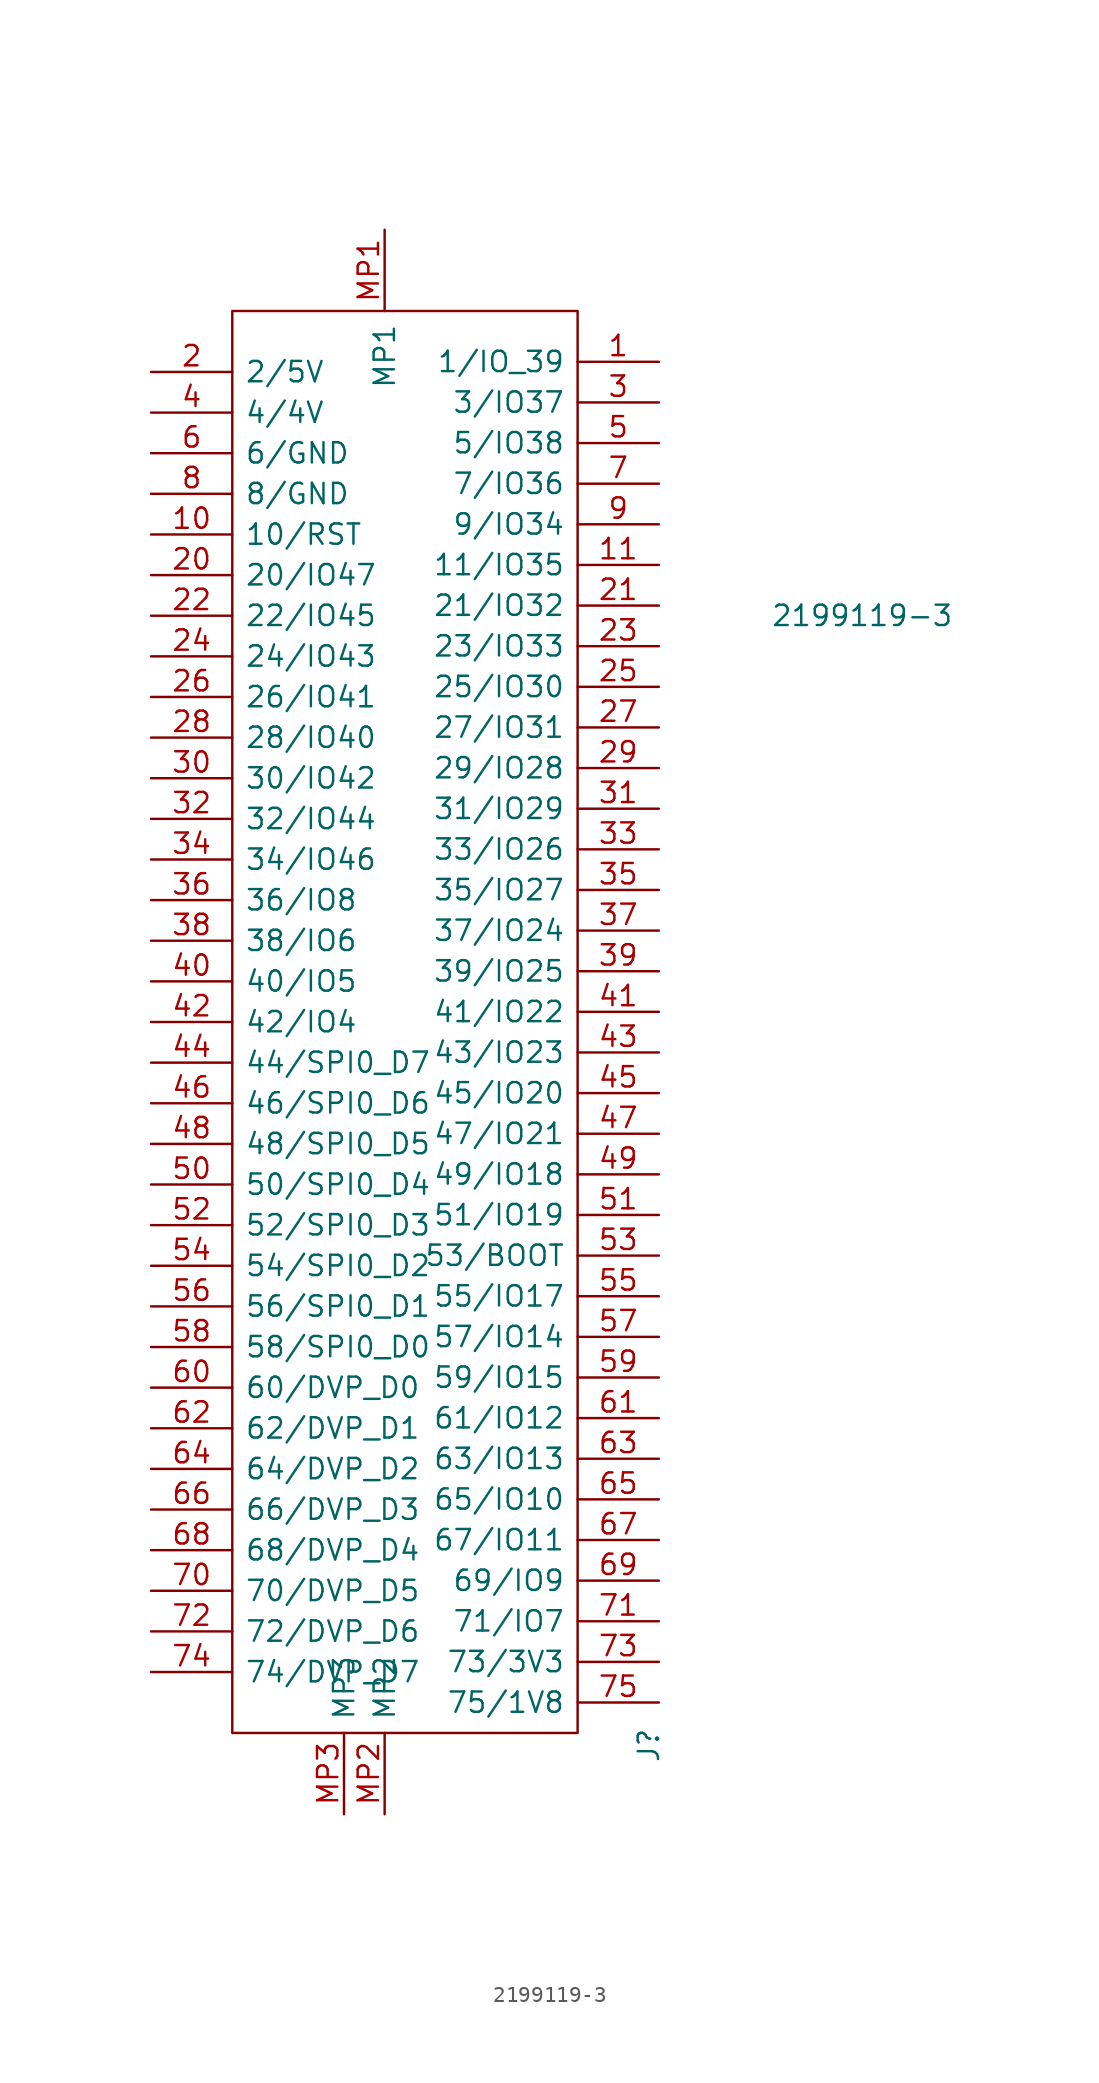
<source format=kicad_sym>
(kicad_symbol_lib
  (version 20211014)
  (generator kicad_symbol_editor)
  (symbol "2199119-3"
    (pin_names
      (offset 0.762))
    (property "Reference" "J"
      (at 65.405 -45.085 90)
      (effects (font (size 1.27 1.27)) (justify left)))
    (property "Value" "2199119-3"
      (at 73.025 26.67 0)
      (effects (font (size 1.27 1.27)) (justify left)))
    (symbol "2199119-3_0_0"
      (pin passive line (at 66.04 42.545 180) (length 5.08) (name "1/IO_39" (effects (font (size 1.27 1.27)))) (number "1" (effects (font (size 1.27 1.27)))))
      (pin passive line (at 34.29 31.75 0) (length 5.08) (name "10/RST" (effects (font (size 1.27 1.27)))) (number "10" (effects (font (size 1.27 1.27)))))
      (pin passive line (at 66.04 29.845 180) (length 5.08) (name "11/IO35" (effects (font (size 1.27 1.27)))) (number "11" (effects (font (size 1.27 1.27)))))
      (pin passive line (at 34.29 41.91 0) (length 5.08) (name "2/5V" (effects (font (size 1.27 1.27)))) (number "2" (effects (font (size 1.27 1.27)))))
      (pin passive line (at 34.29 29.21 0) (length 5.08) (name "20/IO47" (effects (font (size 1.27 1.27)))) (number "20" (effects (font (size 1.27 1.27)))))
      (pin passive line (at 66.04 27.305 180) (length 5.08) (name "21/IO32" (effects (font (size 1.27 1.27)))) (number "21" (effects (font (size 1.27 1.27)))))
      (pin passive line (at 34.29 26.67 0) (length 5.08) (name "22/IO45" (effects (font (size 1.27 1.27)))) (number "22" (effects (font (size 1.27 1.27)))))
      (pin passive line (at 66.04 24.765 180) (length 5.08) (name "23/IO33" (effects (font (size 1.27 1.27)))) (number "23" (effects (font (size 1.27 1.27)))))
      (pin passive line (at 34.29 24.13 0) (length 5.08) (name "24/IO43" (effects (font (size 1.27 1.27)))) (number "24" (effects (font (size 1.27 1.27)))))
      (pin passive line (at 66.04 22.225 180) (length 5.08) (name "25/IO30" (effects (font (size 1.27 1.27)))) (number "25" (effects (font (size 1.27 1.27)))))
      (pin passive line (at 34.29 21.59 0) (length 5.08) (name "26/IO41" (effects (font (size 1.27 1.27)))) (number "26" (effects (font (size 1.27 1.27)))))
      (pin passive line (at 66.04 19.685 180) (length 5.08) (name "27/IO31" (effects (font (size 1.27 1.27)))) (number "27" (effects (font (size 1.27 1.27)))))
      (pin passive line (at 34.29 19.05 0) (length 5.08) (name "28/IO40" (effects (font (size 1.27 1.27)))) (number "28" (effects (font (size 1.27 1.27)))))
      (pin passive line (at 66.04 17.145 180) (length 5.08) (name "29/IO28" (effects (font (size 1.27 1.27)))) (number "29" (effects (font (size 1.27 1.27)))))
      (pin passive line (at 66.04 40.005 180) (length 5.08) (name "3/IO37" (effects (font (size 1.27 1.27)))) (number "3" (effects (font (size 1.27 1.27)))))
      (pin passive line (at 34.29 16.51 0) (length 5.08) (name "30/IO42" (effects (font (size 1.27 1.27)))) (number "30" (effects (font (size 1.27 1.27)))))
      (pin passive line (at 66.04 14.605 180) (length 5.08) (name "31/IO29" (effects (font (size 1.27 1.27)))) (number "31" (effects (font (size 1.27 1.27)))))
      (pin passive line (at 34.29 13.97 0) (length 5.08) (name "32/IO44" (effects (font (size 1.27 1.27)))) (number "32" (effects (font (size 1.27 1.27)))))
      (pin passive line (at 66.04 12.065 180) (length 5.08) (name "33/IO26" (effects (font (size 1.27 1.27)))) (number "33" (effects (font (size 1.27 1.27)))))
      (pin passive line (at 34.29 11.43 0) (length 5.08) (name "34/IO46" (effects (font (size 1.27 1.27)))) (number "34" (effects (font (size 1.27 1.27)))))
      (pin passive line (at 66.04 9.525 180) (length 5.08) (name "35/IO27" (effects (font (size 1.27 1.27)))) (number "35" (effects (font (size 1.27 1.27)))))
      (pin passive line (at 34.29 8.89 0) (length 5.08) (name "36/IO8" (effects (font (size 1.27 1.27)))) (number "36" (effects (font (size 1.27 1.27)))))
      (pin passive line (at 66.04 6.985 180) (length 5.08) (name "37/IO24" (effects (font (size 1.27 1.27)))) (number "37" (effects (font (size 1.27 1.27)))))
      (pin passive line (at 34.29 6.35 0) (length 5.08) (name "38/IO6" (effects (font (size 1.27 1.27)))) (number "38" (effects (font (size 1.27 1.27)))))
      (pin passive line (at 66.04 4.445 180) (length 5.08) (name "39/IO25" (effects (font (size 1.27 1.27)))) (number "39" (effects (font (size 1.27 1.27)))))
      (pin passive line (at 34.29 39.37 0) (length 5.08) (name "4/4V" (effects (font (size 1.27 1.27)))) (number "4" (effects (font (size 1.27 1.27)))))
      (pin passive line (at 34.29 3.81 0) (length 5.08) (name "40/IO5" (effects (font (size 1.27 1.27)))) (number "40" (effects (font (size 1.27 1.27)))))
      (pin passive line (at 66.04 1.905 180) (length 5.08) (name "41/IO22" (effects (font (size 1.27 1.27)))) (number "41" (effects (font (size 1.27 1.27)))))
      (pin passive line (at 34.29 1.27 0) (length 5.08) (name "42/IO4" (effects (font (size 1.27 1.27)))) (number "42" (effects (font (size 1.27 1.27)))))
      (pin passive line (at 66.04 -0.635 180) (length 5.08) (name "43/IO23" (effects (font (size 1.27 1.27)))) (number "43" (effects (font (size 1.27 1.27)))))
      (pin passive line (at 34.29 -1.27 0) (length 5.08) (name "44/SPI0_D7" (effects (font (size 1.27 1.27)))) (number "44" (effects (font (size 1.27 1.27)))))
      (pin passive line (at 66.04 -3.175 180) (length 5.08) (name "45/IO20" (effects (font (size 1.27 1.27)))) (number "45" (effects (font (size 1.27 1.27)))))
      (pin passive line (at 34.29 -3.81 0) (length 5.08) (name "46/SPI0_D6" (effects (font (size 1.27 1.27)))) (number "46" (effects (font (size 1.27 1.27)))))
      (pin passive line (at 66.04 -5.715 180) (length 5.08) (name "47/IO21" (effects (font (size 1.27 1.27)))) (number "47" (effects (font (size 1.27 1.27)))))
      (pin passive line (at 34.29 -6.35 0) (length 5.08) (name "48/SPI0_D5" (effects (font (size 1.27 1.27)))) (number "48" (effects (font (size 1.27 1.27)))))
      (pin passive line (at 66.04 -8.255 180) (length 5.08) (name "49/IO18" (effects (font (size 1.27 1.27)))) (number "49" (effects (font (size 1.27 1.27)))))
      (pin passive line (at 66.04 37.465 180) (length 5.08) (name "5/IO38" (effects (font (size 1.27 1.27)))) (number "5" (effects (font (size 1.27 1.27)))))
      (pin passive line (at 34.29 -8.89 0) (length 5.08) (name "50/SPI0_D4" (effects (font (size 1.27 1.27)))) (number "50" (effects (font (size 1.27 1.27)))))
      (pin passive line (at 66.04 -10.795 180) (length 5.08) (name "51/IO19" (effects (font (size 1.27 1.27)))) (number "51" (effects (font (size 1.27 1.27)))))
      (pin passive line (at 34.29 -11.43 0) (length 5.08) (name "52/SPI0_D3" (effects (font (size 1.27 1.27)))) (number "52" (effects (font (size 1.27 1.27)))))
      (pin passive line (at 66.04 -13.335 180) (length 5.08) (name "53/BOOT" (effects (font (size 1.27 1.27)))) (number "53" (effects (font (size 1.27 1.27)))))
      (pin passive line (at 34.29 -13.97 0) (length 5.08) (name "54/SPI0_D2" (effects (font (size 1.27 1.27)))) (number "54" (effects (font (size 1.27 1.27)))))
      (pin passive line (at 66.04 -15.875 180) (length 5.08) (name "55/IO17" (effects (font (size 1.27 1.27)))) (number "55" (effects (font (size 1.27 1.27)))))
      (pin passive line (at 34.29 -16.51 0) (length 5.08) (name "56/SPI0_D1" (effects (font (size 1.27 1.27)))) (number "56" (effects (font (size 1.27 1.27)))))
      (pin passive line (at 66.04 -18.415 180) (length 5.08) (name "57/IO14" (effects (font (size 1.27 1.27)))) (number "57" (effects (font (size 1.27 1.27)))))
      (pin passive line (at 34.29 -19.05 0) (length 5.08) (name "58/SPI0_D0" (effects (font (size 1.27 1.27)))) (number "58" (effects (font (size 1.27 1.27)))))
      (pin passive line (at 66.04 -20.955 180) (length 5.08) (name "59/IO15" (effects (font (size 1.27 1.27)))) (number "59" (effects (font (size 1.27 1.27)))))
      (pin passive line (at 34.29 36.83 0) (length 5.08) (name "6/GND" (effects (font (size 1.27 1.27)))) (number "6" (effects (font (size 1.27 1.27)))))
      (pin passive line (at 34.29 -21.59 0) (length 5.08) (name "60/DVP_D0" (effects (font (size 1.27 1.27)))) (number "60" (effects (font (size 1.27 1.27)))))
      (pin passive line (at 66.04 -23.495 180) (length 5.08) (name "61/IO12" (effects (font (size 1.27 1.27)))) (number "61" (effects (font (size 1.27 1.27)))))
      (pin passive line (at 34.29 -24.13 0) (length 5.08) (name "62/DVP_D1" (effects (font (size 1.27 1.27)))) (number "62" (effects (font (size 1.27 1.27)))))
      (pin passive line (at 66.04 -26.035 180) (length 5.08) (name "63/IO13" (effects (font (size 1.27 1.27)))) (number "63" (effects (font (size 1.27 1.27)))))
      (pin passive line (at 34.29 -26.67 0) (length 5.08) (name "64/DVP_D2" (effects (font (size 1.27 1.27)))) (number "64" (effects (font (size 1.27 1.27)))))
      (pin passive line (at 66.04 -28.575 180) (length 5.08) (name "65/IO10" (effects (font (size 1.27 1.27)))) (number "65" (effects (font (size 1.27 1.27)))))
      (pin passive line (at 34.29 -29.21 0) (length 5.08) (name "66/DVP_D3" (effects (font (size 1.27 1.27)))) (number "66" (effects (font (size 1.27 1.27)))))
      (pin passive line (at 66.04 -31.115 180) (length 5.08) (name "67/IO11" (effects (font (size 1.27 1.27)))) (number "67" (effects (font (size 1.27 1.27)))))
      (pin passive line (at 34.29 -31.75 0) (length 5.08) (name "68/DVP_D4" (effects (font (size 1.27 1.27)))) (number "68" (effects (font (size 1.27 1.27)))))
      (pin passive line (at 66.04 -33.655 180) (length 5.08) (name "69/IO9" (effects (font (size 1.27 1.27)))) (number "69" (effects (font (size 1.27 1.27)))))
      (pin passive line (at 66.04 34.925 180) (length 5.08) (name "7/IO36" (effects (font (size 1.27 1.27)))) (number "7" (effects (font (size 1.27 1.27)))))
      (pin passive line (at 34.29 -34.29 0) (length 5.08) (name "70/DVP_D5" (effects (font (size 1.27 1.27)))) (number "70" (effects (font (size 1.27 1.27)))))
      (pin passive line (at 66.04 -36.195 180) (length 5.08) (name "71/IO7" (effects (font (size 1.27 1.27)))) (number "71" (effects (font (size 1.27 1.27)))))
      (pin passive line (at 34.29 -36.83 0) (length 5.08) (name "72/DVP_D6" (effects (font (size 1.27 1.27)))) (number "72" (effects (font (size 1.27 1.27)))))
      (pin passive line (at 66.04 -38.735 180) (length 5.08) (name "73/3V3" (effects (font (size 1.27 1.27)))) (number "73" (effects (font (size 1.27 1.27)))))
      (pin passive line (at 34.29 -39.37 0) (length 5.08) (name "74/DVP_D7" (effects (font (size 1.27 1.27)))) (number "74" (effects (font (size 1.27 1.27)))))
      (pin passive line (at 66.04 -41.275 180) (length 5.08) (name "75/1V8" (effects (font (size 1.27 1.27)))) (number "75" (effects (font (size 1.27 1.27)))))
      (pin passive line (at 34.29 34.29 0) (length 5.08) (name "8/GND" (effects (font (size 1.27 1.27)))) (number "8" (effects (font (size 1.27 1.27)))))
      (pin passive line (at 66.04 32.385 180) (length 5.08) (name "9/IO34" (effects (font (size 1.27 1.27)))) (number "9" (effects (font (size 1.27 1.27)))))
      (pin passive line (at 48.895 50.8 270) (length 5.08) (name "MP1" (effects (font (size 1.27 1.27)))) (number "MP1" (effects (font (size 1.27 1.27)))))
      (pin passive line (at 48.895 -48.26 90) (length 5.08) (name "MP2" (effects (font (size 1.27 1.27)))) (number "MP2" (effects (font (size 1.27 1.27))))))
    (symbol "2199119-3_0_1"
      (polyline (pts (xy 60.96 45.72) (xy 60.96 -43.18) (xy 39.37 -43.18) (xy 39.37 45.72) (xy 60.96 45.72)) (stroke (width 0.152) (type default) (color 0 0 0 0)) (fill (type none))))
    (symbol "2199119-3_1_1"
      (pin passive line (at 46.355 -48.26 90) (length 5.08) (name "MP3" (effects (font (size 1.27 1.27)))) (number "MP3" (effects (font (size 1.27 1.27))))))))
</source>
